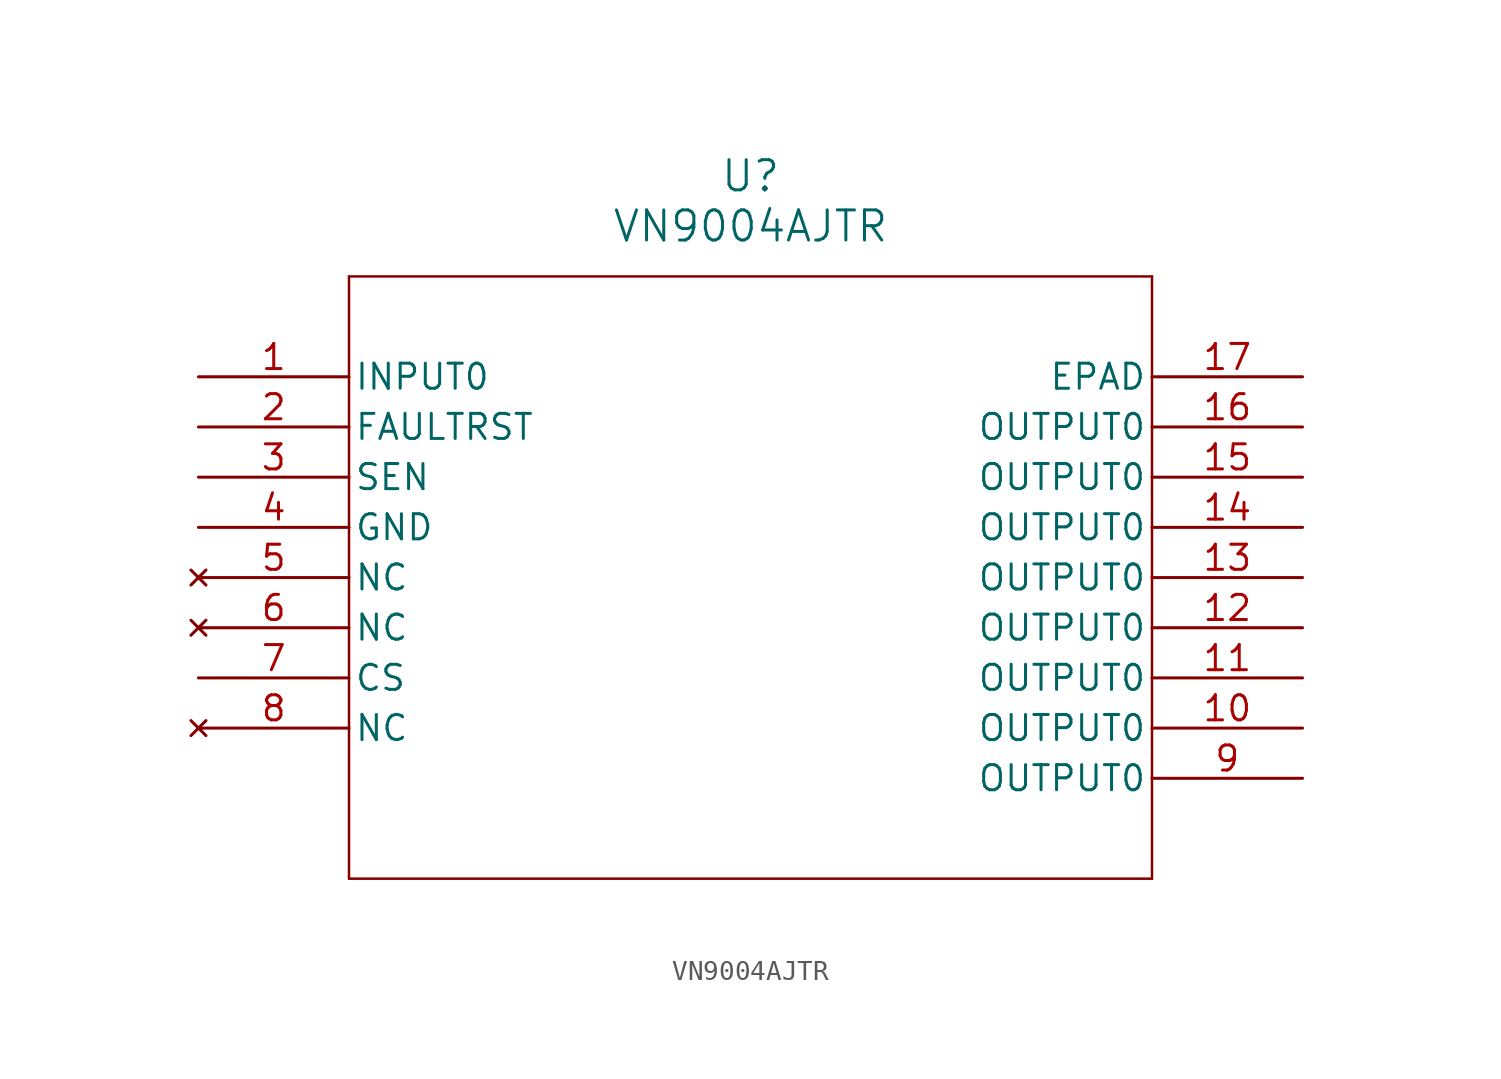
<source format=kicad_sym>
(kicad_symbol_lib
  (version 20211014)
  (generator kicad_symbol_editor)
  (symbol "VN9004AJTR"
    (pin_names
      (offset 0.254))
    (property "Reference" "U"
      (at 27.94 10.16 0)
      (effects (font (size 1.524 1.524))))
    (property "Value" "VN9004AJTR"
      (at 27.94 7.62 0)
      (effects (font (size 1.524 1.524))))
    (polyline
      (pts (xy 7.62 5.08) (xy 7.62 -25.4))
      (stroke (width 0.127) (type default) (color 0 0 0 0))
      (fill (type none)))
    (polyline
      (pts (xy 7.62 -25.4) (xy 48.26 -25.4))
      (stroke (width 0.127) (type default) (color 0 0 0 0))
      (fill (type none)))
    (polyline
      (pts (xy 48.26 -25.4) (xy 48.26 5.08))
      (stroke (width 0.127) (type default) (color 0 0 0 0))
      (fill (type none)))
    (polyline
      (pts (xy 48.26 5.08) (xy 7.62 5.08))
      (stroke (width 0.127) (type default) (color 0 0 0 0))
      (fill (type none)))
    (pin input line
      (at 0 0 0)
      (length 7.62)
      (name "INPUT0" (effects (font (size 1.27 1.27))))
      (number "1" (effects (font (size 1.27 1.27)))))
    (pin output line
      (at 0 -2.54 0)
      (length 7.62)
      (name "FAULTRST" (effects (font (size 1.27 1.27))))
      (number "2" (effects (font (size 1.27 1.27)))))
    (pin output line
      (at 0 -5.08 0)
      (length 7.62)
      (name "SEN" (effects (font (size 1.27 1.27))))
      (number "3" (effects (font (size 1.27 1.27)))))
    (pin power_out line
      (at 0 -7.62 0)
      (length 7.62)
      (name "GND" (effects (font (size 1.27 1.27))))
      (number "4" (effects (font (size 1.27 1.27)))))
    (pin no_connect line
      (at 0 -10.16 0)
      (length 7.62)
      (name "NC" (effects (font (size 1.27 1.27))))
      (number "5" (effects (font (size 1.27 1.27)))))
    (pin no_connect line
      (at 0 -12.7 0)
      (length 7.62)
      (name "NC" (effects (font (size 1.27 1.27))))
      (number "6" (effects (font (size 1.27 1.27)))))
    (pin output line
      (at 0 -15.24 0)
      (length 7.62)
      (name "CS" (effects (font (size 1.27 1.27))))
      (number "7" (effects (font (size 1.27 1.27)))))
    (pin no_connect line
      (at 0 -17.78 0)
      (length 7.62)
      (name "NC" (effects (font (size 1.27 1.27))))
      (number "8" (effects (font (size 1.27 1.27)))))
    (pin output line
      (at 55.88 -20.32 180)
      (length 7.62)
      (name "OUTPUT0" (effects (font (size 1.27 1.27))))
      (number "9" (effects (font (size 1.27 1.27)))))
    (pin output line
      (at 55.88 -17.78 180)
      (length 7.62)
      (name "OUTPUT0" (effects (font (size 1.27 1.27))))
      (number "10" (effects (font (size 1.27 1.27)))))
    (pin output line
      (at 55.88 -15.24 180)
      (length 7.62)
      (name "OUTPUT0" (effects (font (size 1.27 1.27))))
      (number "11" (effects (font (size 1.27 1.27)))))
    (pin output line
      (at 55.88 -12.7 180)
      (length 7.62)
      (name "OUTPUT0" (effects (font (size 1.27 1.27))))
      (number "12" (effects (font (size 1.27 1.27)))))
    (pin output line
      (at 55.88 -10.16 180)
      (length 7.62)
      (name "OUTPUT0" (effects (font (size 1.27 1.27))))
      (number "13" (effects (font (size 1.27 1.27)))))
    (pin output line
      (at 55.88 -7.62 180)
      (length 7.62)
      (name "OUTPUT0" (effects (font (size 1.27 1.27))))
      (number "14" (effects (font (size 1.27 1.27)))))
    (pin output line
      (at 55.88 -5.08 180)
      (length 7.62)
      (name "OUTPUT0" (effects (font (size 1.27 1.27))))
      (number "15" (effects (font (size 1.27 1.27)))))
    (pin output line
      (at 55.88 -2.54 180)
      (length 7.62)
      (name "OUTPUT0" (effects (font (size 1.27 1.27))))
      (number "16" (effects (font (size 1.27 1.27)))))
    (pin power_out line
      (at 55.88 0 180)
      (length 7.62)
      (name "EPAD" (effects (font (size 1.27 1.27))))
      (number "17" (effects (font (size 1.27 1.27)))))))
</source>
